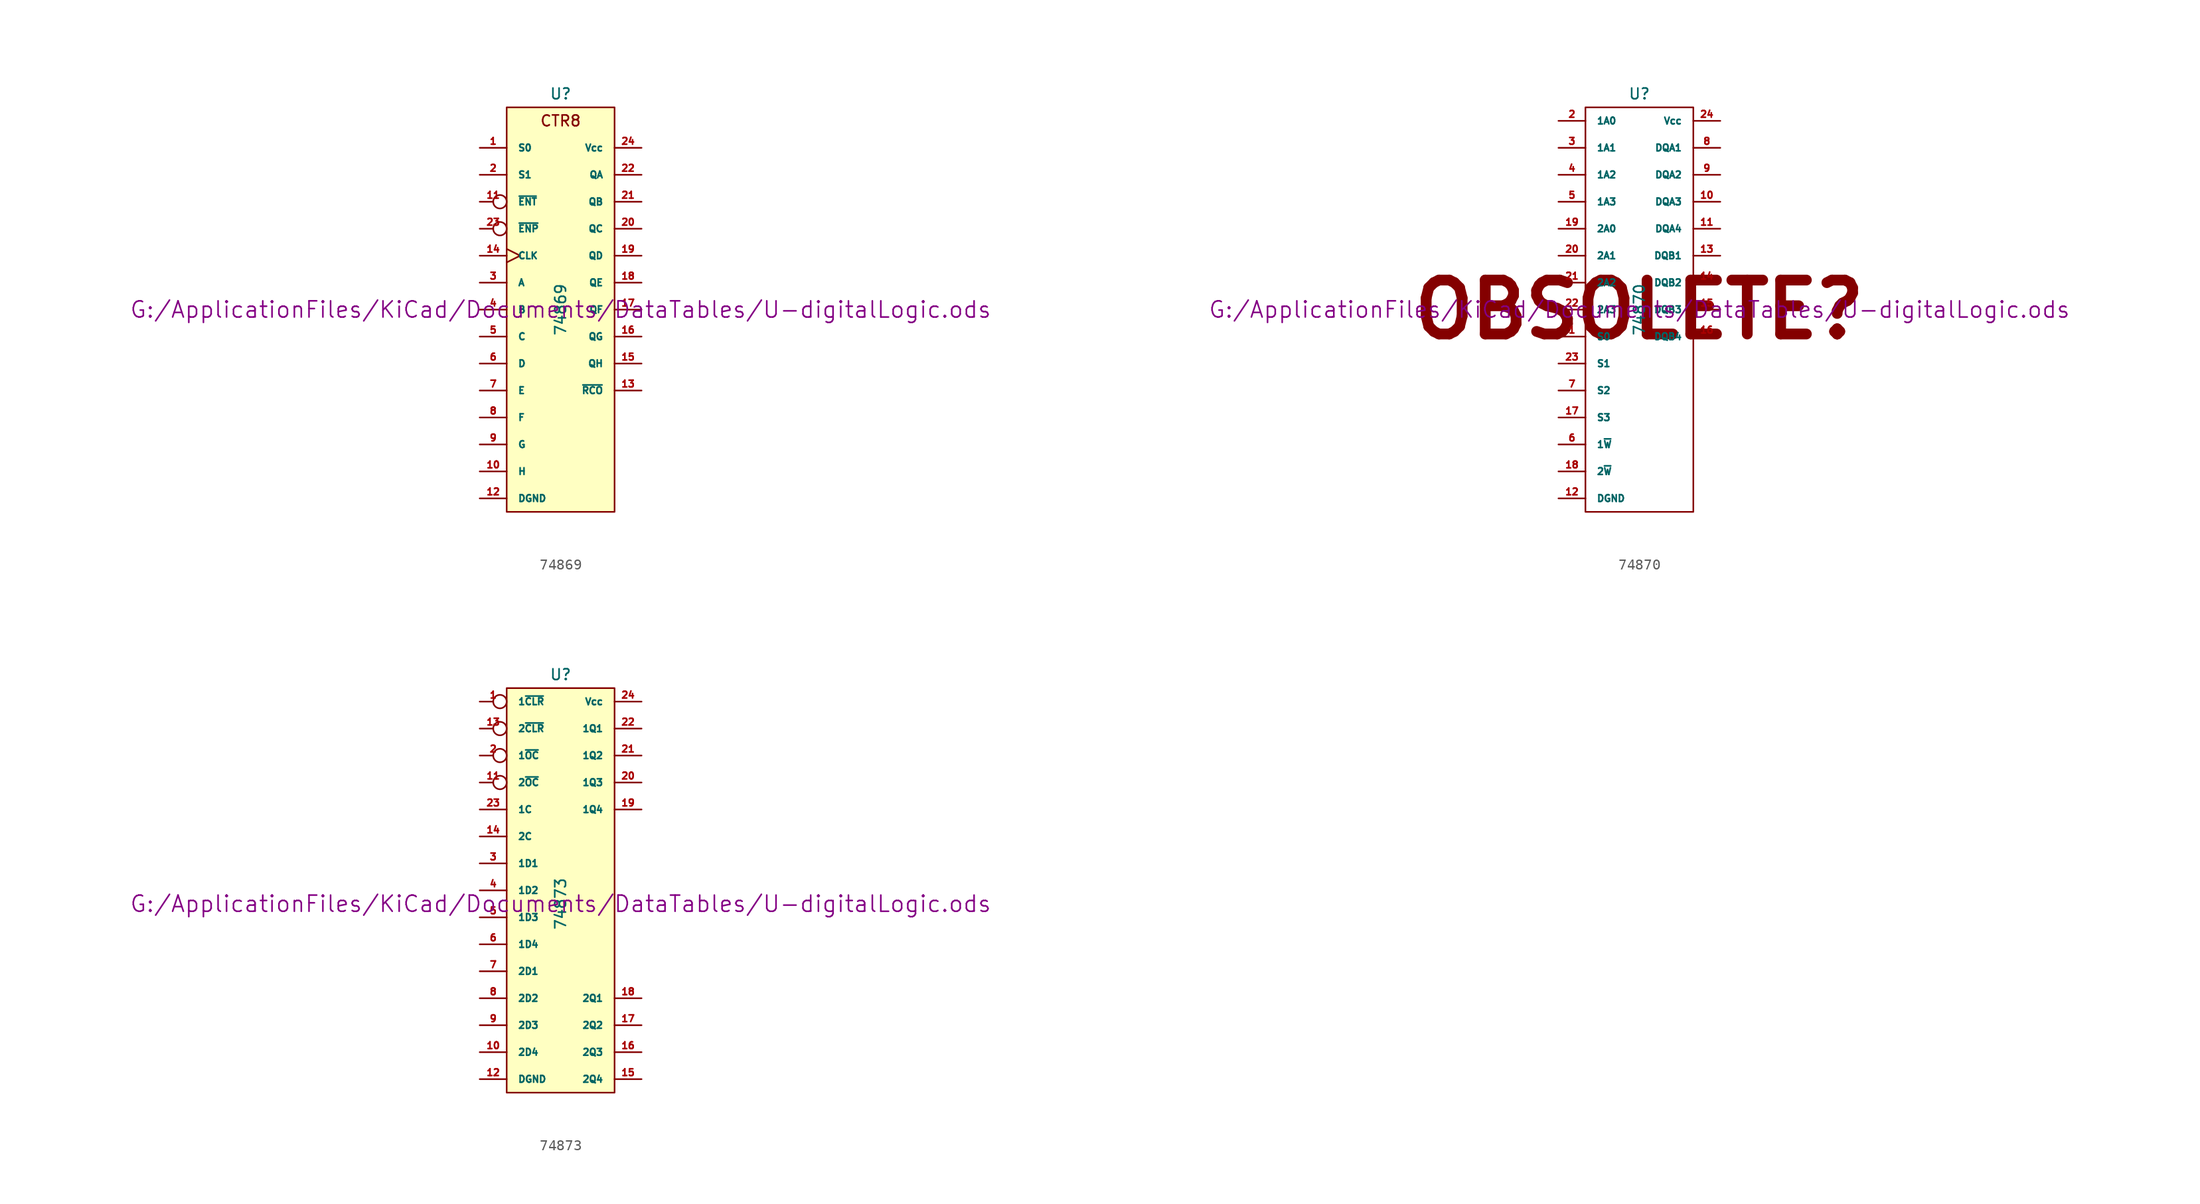
<source format=kicad_sym>
(kicad_symbol_lib
  (version 20211014)
  (generator kicad_symbol_editor)
  (symbol "74869"
    (pin_names
      (offset 1.016))
    (property "Reference" "U"
      (at 0 20.32 0)
      (effects (font (size 1.016 1.016))))
    (property "Value" "74869"
      (at 0 0 90)
      (effects (font (size 1.016 1.016))))
    (property "Footprint" ""
      (at 0 0 0)
      (effects (font (size 1.524 1.524))))
    (property "Datasheet" "G:/ApplicationFiles/KiCad/Documents/DataTables/U-digitalLogic.ods"
      (at 0 0 0)
      (effects (font (size 1.524 1.524))))
    (symbol "74869_0_0"
      (text "CTR8" (at 0 17.78 0) (effects (font (size 1.016 1.016)))))
    (symbol "74869_0_1"
      (rectangle (start -5.08 19.05) (end 5.08 -19.05) (stroke (width 0) (type default) (color 0 0 0 0)) (fill (type background))))
    (symbol "74869_1_1"
      (pin input line (at -7.62 15.24 0) (length 2.54) (name "S0" (effects (font (size 0.635 0.635)))) (number "1" (effects (font (size 0.635 0.635)))))
      (pin input line (at -7.62 -15.24 0) (length 2.54) (name "H" (effects (font (size 0.635 0.635)))) (number "10" (effects (font (size 0.635 0.635)))))
      (pin input inverted (at -7.62 10.16 0) (length 2.54) (name "~{ENT}" (effects (font (size 0.635 0.635)))) (number "11" (effects (font (size 0.635 0.635)))))
      (pin power_in line (at -7.62 -17.78 0) (length 2.54) (name "DGND" (effects (font (size 0.635 0.635)))) (number "12" (effects (font (size 0.635 0.635)))))
      (pin output line (at 7.62 -7.62 180) (length 2.54) (name "~{RCO}" (effects (font (size 0.635 0.635)))) (number "13" (effects (font (size 0.635 0.635)))))
      (pin input clock (at -7.62 5.08 0) (length 2.54) (name "CLK" (effects (font (size 0.635 0.635)))) (number "14" (effects (font (size 0.635 0.635)))))
      (pin output line (at 7.62 -5.08 180) (length 2.54) (name "QH" (effects (font (size 0.635 0.635)))) (number "15" (effects (font (size 0.635 0.635)))))
      (pin output line (at 7.62 -2.54 180) (length 2.54) (name "QG" (effects (font (size 0.635 0.635)))) (number "16" (effects (font (size 0.635 0.635)))))
      (pin output line (at 7.62 0 180) (length 2.54) (name "QF" (effects (font (size 0.635 0.635)))) (number "17" (effects (font (size 0.635 0.635)))))
      (pin output line (at 7.62 2.54 180) (length 2.54) (name "QE" (effects (font (size 0.635 0.635)))) (number "18" (effects (font (size 0.635 0.635)))))
      (pin output line (at 7.62 5.08 180) (length 2.54) (name "QD" (effects (font (size 0.635 0.635)))) (number "19" (effects (font (size 0.635 0.635)))))
      (pin input line (at -7.62 12.7 0) (length 2.54) (name "S1" (effects (font (size 0.635 0.635)))) (number "2" (effects (font (size 0.635 0.635)))))
      (pin output line (at 7.62 7.62 180) (length 2.54) (name "QC" (effects (font (size 0.635 0.635)))) (number "20" (effects (font (size 0.635 0.635)))))
      (pin output line (at 7.62 10.16 180) (length 2.54) (name "QB" (effects (font (size 0.635 0.635)))) (number "21" (effects (font (size 0.635 0.635)))))
      (pin output line (at 7.62 12.7 180) (length 2.54) (name "QA" (effects (font (size 0.635 0.635)))) (number "22" (effects (font (size 0.635 0.635)))))
      (pin input inverted (at -7.62 7.62 0) (length 2.54) (name "~{ENP}" (effects (font (size 0.635 0.635)))) (number "23" (effects (font (size 0.635 0.635)))))
      (pin power_in line (at 7.62 15.24 180) (length 2.54) (name "Vcc" (effects (font (size 0.635 0.635)))) (number "24" (effects (font (size 0.635 0.635)))))
      (pin input line (at -7.62 2.54 0) (length 2.54) (name "A" (effects (font (size 0.635 0.635)))) (number "3" (effects (font (size 0.635 0.635)))))
      (pin input line (at -7.62 0 0) (length 2.54) (name "B" (effects (font (size 0.635 0.635)))) (number "4" (effects (font (size 0.635 0.635)))))
      (pin input line (at -7.62 -2.54 0) (length 2.54) (name "C" (effects (font (size 0.635 0.635)))) (number "5" (effects (font (size 0.635 0.635)))))
      (pin input line (at -7.62 -5.08 0) (length 2.54) (name "D" (effects (font (size 0.635 0.635)))) (number "6" (effects (font (size 0.635 0.635)))))
      (pin input line (at -7.62 -7.62 0) (length 2.54) (name "E" (effects (font (size 0.635 0.635)))) (number "7" (effects (font (size 0.635 0.635)))))
      (pin input line (at -7.62 -10.16 0) (length 2.54) (name "F" (effects (font (size 0.635 0.635)))) (number "8" (effects (font (size 0.635 0.635)))))
      (pin input line (at -7.62 -12.7 0) (length 2.54) (name "G" (effects (font (size 0.635 0.635)))) (number "9" (effects (font (size 0.635 0.635)))))))
  (symbol "74870"
    (pin_names
      (offset 1.016))
    (property "Reference" "U"
      (at 0 20.32 0)
      (effects (font (size 1.016 1.016))))
    (property "Value" "74870"
      (at 0 0 90)
      (effects (font (size 1.016 1.016))))
    (property "Footprint" ""
      (at 0 0 0)
      (effects (font (size 1.524 1.524))))
    (property "Datasheet" "G:/ApplicationFiles/KiCad/Documents/DataTables/U-digitalLogic.ods"
      (at 0 0 0)
      (effects (font (size 1.524 1.524))))
    (symbol "74870_0_0"
      (text "OBSOLETE?" (at 0 0 0) (effects (font (size 5.08 5.08) bold))))
    (symbol "74870_0_1"
      (rectangle (start -5.08 19.05) (end 5.08 -19.05) (stroke (width 0) (type default) (color 0 0 0 0)) (fill (type none))))
    (symbol "74870_1_1"
      (pin input line (at -7.62 -2.54 0) (length 2.54) (name "S0" (effects (font (size 0.635 0.635)))) (number "1" (effects (font (size 0.635 0.635)))))
      (pin bidirectional line (at 7.62 10.16 180) (length 2.54) (name "DQA3" (effects (font (size 0.635 0.635)))) (number "10" (effects (font (size 0.635 0.635)))))
      (pin bidirectional line (at 7.62 7.62 180) (length 2.54) (name "DQA4" (effects (font (size 0.635 0.635)))) (number "11" (effects (font (size 0.635 0.635)))))
      (pin power_in line (at -7.62 -17.78 0) (length 2.54) (name "DGND" (effects (font (size 0.635 0.635)))) (number "12" (effects (font (size 0.635 0.635)))))
      (pin bidirectional line (at 7.62 5.08 180) (length 2.54) (name "DQB1" (effects (font (size 0.635 0.635)))) (number "13" (effects (font (size 0.635 0.635)))))
      (pin bidirectional line (at 7.62 2.54 180) (length 2.54) (name "DQB2" (effects (font (size 0.635 0.635)))) (number "14" (effects (font (size 0.635 0.635)))))
      (pin bidirectional line (at 7.62 0 180) (length 2.54) (name "DQB3" (effects (font (size 0.635 0.635)))) (number "15" (effects (font (size 0.635 0.635)))))
      (pin bidirectional line (at 7.62 -2.54 180) (length 2.54) (name "DQB4" (effects (font (size 0.635 0.635)))) (number "16" (effects (font (size 0.635 0.635)))))
      (pin input line (at -7.62 -10.16 0) (length 2.54) (name "S3" (effects (font (size 0.635 0.635)))) (number "17" (effects (font (size 0.635 0.635)))))
      (pin input line (at -7.62 -15.24 0) (length 2.54) (name "2~{W}" (effects (font (size 0.635 0.635)))) (number "18" (effects (font (size 0.635 0.635)))))
      (pin input line (at -7.62 7.62 0) (length 2.54) (name "2A0" (effects (font (size 0.635 0.635)))) (number "19" (effects (font (size 0.635 0.635)))))
      (pin input line (at -7.62 17.78 0) (length 2.54) (name "1A0" (effects (font (size 0.635 0.635)))) (number "2" (effects (font (size 0.635 0.635)))))
      (pin input line (at -7.62 5.08 0) (length 2.54) (name "2A1" (effects (font (size 0.635 0.635)))) (number "20" (effects (font (size 0.635 0.635)))))
      (pin input line (at -7.62 2.54 0) (length 2.54) (name "2A2" (effects (font (size 0.635 0.635)))) (number "21" (effects (font (size 0.635 0.635)))))
      (pin input line (at -7.62 0 0) (length 2.54) (name "2A3" (effects (font (size 0.635 0.635)))) (number "22" (effects (font (size 0.635 0.635)))))
      (pin input line (at -7.62 -5.08 0) (length 2.54) (name "S1" (effects (font (size 0.635 0.635)))) (number "23" (effects (font (size 0.635 0.635)))))
      (pin power_in line (at 7.62 17.78 180) (length 2.54) (name "Vcc" (effects (font (size 0.635 0.635)))) (number "24" (effects (font (size 0.635 0.635)))))
      (pin input line (at -7.62 15.24 0) (length 2.54) (name "1A1" (effects (font (size 0.635 0.635)))) (number "3" (effects (font (size 0.635 0.635)))))
      (pin input line (at -7.62 12.7 0) (length 2.54) (name "1A2" (effects (font (size 0.635 0.635)))) (number "4" (effects (font (size 0.635 0.635)))))
      (pin input line (at -7.62 10.16 0) (length 2.54) (name "1A3" (effects (font (size 0.635 0.635)))) (number "5" (effects (font (size 0.635 0.635)))))
      (pin input line (at -7.62 -12.7 0) (length 2.54) (name "1~{W}" (effects (font (size 0.635 0.635)))) (number "6" (effects (font (size 0.635 0.635)))))
      (pin input line (at -7.62 -7.62 0) (length 2.54) (name "S2" (effects (font (size 0.635 0.635)))) (number "7" (effects (font (size 0.635 0.635)))))
      (pin bidirectional line (at 7.62 15.24 180) (length 2.54) (name "DQA1" (effects (font (size 0.635 0.635)))) (number "8" (effects (font (size 0.635 0.635)))))
      (pin bidirectional line (at 7.62 12.7 180) (length 2.54) (name "DQA2" (effects (font (size 0.635 0.635)))) (number "9" (effects (font (size 0.635 0.635)))))))
  (symbol "74873"
    (pin_names
      (offset 1.016))
    (property "Reference" "U"
      (at 0 21.59 0)
      (effects (font (size 1.016 1.016))))
    (property "Value" "74873"
      (at 0 0 90)
      (effects (font (size 1.016 1.016))))
    (property "Footprint" ""
      (at 0 0 0)
      (effects (font (size 1.524 1.524))))
    (property "Datasheet" "G:/ApplicationFiles/KiCad/Documents/DataTables/U-digitalLogic.ods"
      (at 0 0 0)
      (effects (font (size 1.524 1.524))))
    (symbol "74873_0_1"
      (rectangle (start -5.08 20.32) (end 5.08 -17.78) (stroke (width 0) (type default) (color 0 0 0 0)) (fill (type background))))
    (symbol "74873_1_1"
      (pin input inverted (at -7.62 19.05 0) (length 2.54) (name "1~{CLR}" (effects (font (size 0.635 0.635)))) (number "1" (effects (font (size 0.635 0.635)))))
      (pin input line (at -7.62 -13.97 0) (length 2.54) (name "2D4" (effects (font (size 0.635 0.635)))) (number "10" (effects (font (size 0.635 0.635)))))
      (pin input inverted (at -7.62 11.43 0) (length 2.54) (name "2~{OC}" (effects (font (size 0.635 0.635)))) (number "11" (effects (font (size 0.635 0.635)))))
      (pin power_in line (at -7.62 -16.51 0) (length 2.54) (name "DGND" (effects (font (size 0.635 0.635)))) (number "12" (effects (font (size 0.635 0.635)))))
      (pin input inverted (at -7.62 16.51 0) (length 2.54) (name "2~{CLR}" (effects (font (size 0.635 0.635)))) (number "13" (effects (font (size 0.635 0.635)))))
      (pin input line (at -7.62 6.35 0) (length 2.54) (name "2C" (effects (font (size 0.635 0.635)))) (number "14" (effects (font (size 0.635 0.635)))))
      (pin tri_state line (at 7.62 -16.51 180) (length 2.54) (name "2Q4" (effects (font (size 0.635 0.635)))) (number "15" (effects (font (size 0.635 0.635)))))
      (pin tri_state line (at 7.62 -13.97 180) (length 2.54) (name "2Q3" (effects (font (size 0.635 0.635)))) (number "16" (effects (font (size 0.635 0.635)))))
      (pin tri_state line (at 7.62 -11.43 180) (length 2.54) (name "2Q2" (effects (font (size 0.635 0.635)))) (number "17" (effects (font (size 0.635 0.635)))))
      (pin tri_state line (at 7.62 -8.89 180) (length 2.54) (name "2Q1" (effects (font (size 0.635 0.635)))) (number "18" (effects (font (size 0.635 0.635)))))
      (pin tri_state line (at 7.62 8.89 180) (length 2.54) (name "1Q4" (effects (font (size 0.635 0.635)))) (number "19" (effects (font (size 0.635 0.635)))))
      (pin input inverted (at -7.62 13.97 0) (length 2.54) (name "1~{OC}" (effects (font (size 0.635 0.635)))) (number "2" (effects (font (size 0.635 0.635)))))
      (pin tri_state line (at 7.62 11.43 180) (length 2.54) (name "1Q3" (effects (font (size 0.635 0.635)))) (number "20" (effects (font (size 0.635 0.635)))))
      (pin tri_state line (at 7.62 13.97 180) (length 2.54) (name "1Q2" (effects (font (size 0.635 0.635)))) (number "21" (effects (font (size 0.635 0.635)))))
      (pin tri_state line (at 7.62 16.51 180) (length 2.54) (name "1Q1" (effects (font (size 0.635 0.635)))) (number "22" (effects (font (size 0.635 0.635)))))
      (pin input line (at -7.62 8.89 0) (length 2.54) (name "1C" (effects (font (size 0.635 0.635)))) (number "23" (effects (font (size 0.635 0.635)))))
      (pin power_in line (at 7.62 19.05 180) (length 2.54) (name "Vcc" (effects (font (size 0.635 0.635)))) (number "24" (effects (font (size 0.635 0.635)))))
      (pin input line (at -7.62 3.81 0) (length 2.54) (name "1D1" (effects (font (size 0.635 0.635)))) (number "3" (effects (font (size 0.635 0.635)))))
      (pin input line (at -7.62 1.27 0) (length 2.54) (name "1D2" (effects (font (size 0.635 0.635)))) (number "4" (effects (font (size 0.635 0.635)))))
      (pin input line (at -7.62 -1.27 0) (length 2.54) (name "1D3" (effects (font (size 0.635 0.635)))) (number "5" (effects (font (size 0.635 0.635)))))
      (pin input line (at -7.62 -3.81 0) (length 2.54) (name "1D4" (effects (font (size 0.635 0.635)))) (number "6" (effects (font (size 0.635 0.635)))))
      (pin input line (at -7.62 -6.35 0) (length 2.54) (name "2D1" (effects (font (size 0.635 0.635)))) (number "7" (effects (font (size 0.635 0.635)))))
      (pin input line (at -7.62 -8.89 0) (length 2.54) (name "2D2" (effects (font (size 0.635 0.635)))) (number "8" (effects (font (size 0.635 0.635)))))
      (pin input line (at -7.62 -11.43 0) (length 2.54) (name "2D3" (effects (font (size 0.635 0.635)))) (number "9" (effects (font (size 0.635 0.635))))))))
</source>
